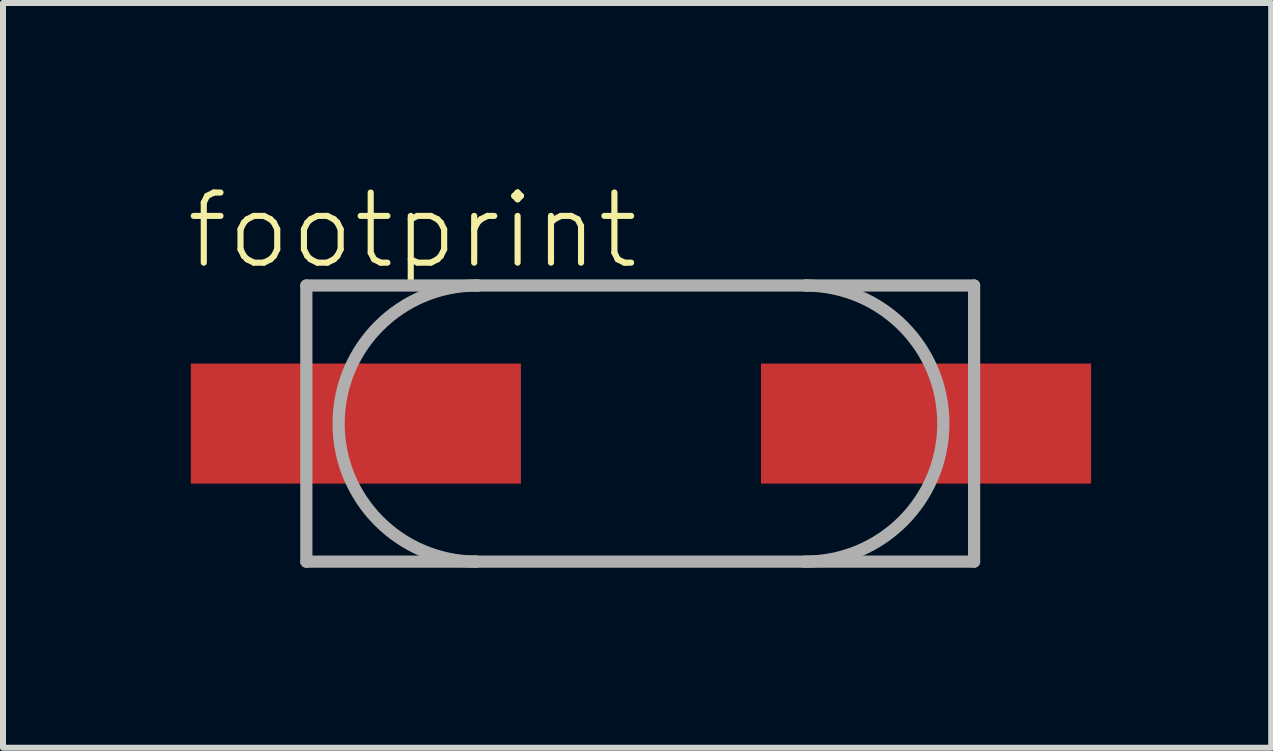
<source format=kicad_pcb>
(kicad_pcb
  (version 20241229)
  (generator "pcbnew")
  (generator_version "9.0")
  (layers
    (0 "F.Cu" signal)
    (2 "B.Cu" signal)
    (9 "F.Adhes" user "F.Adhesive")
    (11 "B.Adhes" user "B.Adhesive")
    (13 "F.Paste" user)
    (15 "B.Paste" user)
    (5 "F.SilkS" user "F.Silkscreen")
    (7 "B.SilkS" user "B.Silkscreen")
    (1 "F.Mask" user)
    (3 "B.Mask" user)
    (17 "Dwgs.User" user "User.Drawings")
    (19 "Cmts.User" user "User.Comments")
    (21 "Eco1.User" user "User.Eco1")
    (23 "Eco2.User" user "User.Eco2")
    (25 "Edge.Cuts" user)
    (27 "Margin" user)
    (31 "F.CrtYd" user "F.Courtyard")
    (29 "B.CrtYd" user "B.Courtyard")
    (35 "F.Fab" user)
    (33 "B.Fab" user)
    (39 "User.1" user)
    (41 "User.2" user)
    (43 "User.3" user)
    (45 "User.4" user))
  (footprint "footprint"
    (layer "F.Cu")
    (at 7.629 4.007)
    (property "Reference" "footprint" (at -7.629 -2.533 0) (layer "F.SilkS") (effects (font (size 1.168 1.168) (thickness 0.102)) (justify left bottom)))
    (fp_line (start -5.575 -2.3) (end -2.725 -2.3) (stroke (width 0.203) (type solid)) (layer "F.Fab"))
    (fp_line (start -5.575 2.3) (end -5.575 -2.3) (stroke (width 0.203) (type solid)) (layer "F.Fab"))
    (fp_line (start -2.75 2.3) (end -5.575 2.3) (stroke (width 0.203) (type solid)) (layer "F.Fab"))
    (fp_line (start -2.725 -2.3) (end 2.75 -2.3) (stroke (width 0.203) (type solid)) (layer "F.Fab"))
    (fp_line (start 2.75 -2.3) (end 5.55 -2.3) (stroke (width 0.203) (type solid)) (layer "F.Fab"))
    (fp_line (start 5.55 -2.3) (end 5.55 2.3) (stroke (width 0.203) (type solid)) (layer "F.Fab"))
    (fp_line (start 5.55 2.3) (end -2.75 2.3) (stroke (width 0.203) (type solid)) (layer "F.Fab"))
    (fp_arc (start -2.75 2.3) (mid -5.0375 -0.0125) (end -2.725 -2.3) (stroke (width 0.2032) (type solid)) (layer "F.Fab"))
    (fp_arc (start 2.75 -2.3) (mid 5.0375 0.0125) (end 2.725 2.3) (stroke (width 0.2032) (type solid)) (layer "F.Fab"))
    (pad "1" smd rect (at -4.75 0) (size 5.5 2) (layers "F.Cu" "F.Mask" "F.Paste"))
    (pad "2" smd rect (at 4.75 0) (size 5.5 2) (layers "F.Cu" "F.Mask" "F.Paste")))
  (gr_rect
    (start -3 -3)
    (end 18.129 9.408)
    (stroke (width 0.1) (type default))
    (fill no)
    (layer "Edge.Cuts")))
</source>
